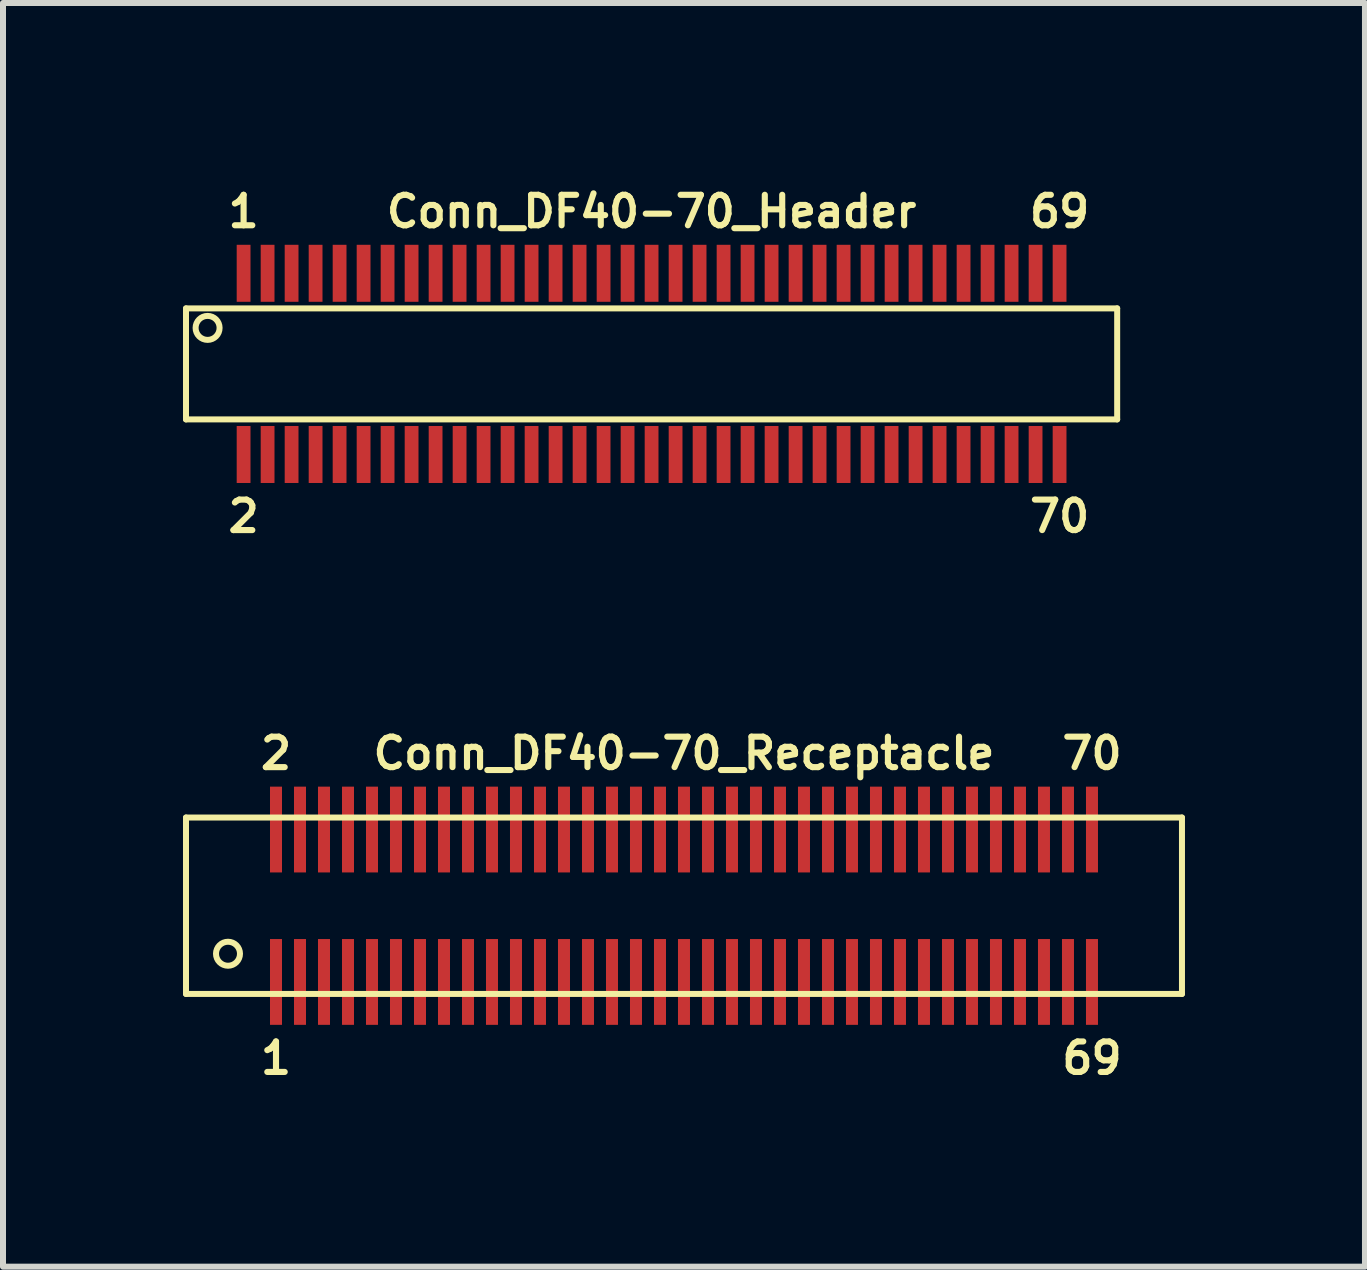
<source format=kicad_pcb>
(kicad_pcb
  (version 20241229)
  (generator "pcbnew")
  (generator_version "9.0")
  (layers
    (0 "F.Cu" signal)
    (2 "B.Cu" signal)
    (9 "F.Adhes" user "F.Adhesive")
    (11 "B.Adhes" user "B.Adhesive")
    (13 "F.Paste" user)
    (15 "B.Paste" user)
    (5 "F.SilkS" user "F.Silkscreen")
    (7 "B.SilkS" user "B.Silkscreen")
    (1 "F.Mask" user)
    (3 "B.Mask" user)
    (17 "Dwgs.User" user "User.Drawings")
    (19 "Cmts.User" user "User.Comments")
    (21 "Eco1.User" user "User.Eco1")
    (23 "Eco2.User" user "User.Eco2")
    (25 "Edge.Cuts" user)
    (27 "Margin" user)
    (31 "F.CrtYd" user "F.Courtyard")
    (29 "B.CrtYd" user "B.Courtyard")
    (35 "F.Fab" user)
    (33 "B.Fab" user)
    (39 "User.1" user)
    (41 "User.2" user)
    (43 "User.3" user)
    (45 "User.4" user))
  (footprint "Conn_DF40-70_Receptacle"
    (layer "F.Cu")
    (at 8.35 12.046)
    (property "Reference" "Conn_DF40-70_Receptacle" (at 0 -2.54 0) (layer "F.SilkS") (effects (font (size 0.508 0.508) (thickness 0.102))))
    (attr through_hole)
    (fp_line (start -8.3 -1.47) (end -8.3 1.47) (stroke (width 0.1) (type solid)) (layer "F.SilkS"))
    (fp_line (start -8.3 -1.47) (end 8.3 -1.47) (stroke (width 0.1) (type solid)) (layer "F.SilkS"))
    (fp_line (start -8.3 1.47) (end 8.3 1.47) (stroke (width 0.1) (type solid)) (layer "F.SilkS"))
    (fp_line (start 8.3 -1.47) (end 8.3 1.47) (stroke (width 0.1) (type solid)) (layer "F.SilkS"))
    (fp_circle (center -7.6 0.8) (end -7.8 0.8) (stroke (width 0.1) (type solid)) (fill no) (layer "F.SilkS"))
    (fp_text user "69" (at 6.8 2.54 0) (layer "F.SilkS") (effects (font (size 0.508 0.508) (thickness 0.102))))
    (fp_text user "2" (at -6.8 -2.54 0) (layer "F.SilkS") (effects (font (size 0.508 0.508) (thickness 0.102))))
    (fp_text user "1" (at -6.8 2.54 0) (layer "F.SilkS") (effects (font (size 0.508 0.508) (thickness 0.102))))
    (fp_text user "70" (at 6.8 -2.54 0) (layer "F.SilkS") (effects (font (size 0.508 0.508) (thickness 0.102))))
    (pad "1" smd rect (at -6.8 1.27) (size 0.2 1.43) (layers "F.Cu" "F.Mask" "F.Paste"))
    (pad "2" smd rect (at -6.8 -1.27) (size 0.2 1.43) (layers "F.Cu" "F.Mask" "F.Paste"))
    (pad "3" smd rect (at -6.4 1.27) (size 0.2 1.43) (layers "F.Cu" "F.Mask" "F.Paste"))
    (pad "4" smd rect (at -6.4 -1.27) (size 0.2 1.43) (layers "F.Cu" "F.Mask" "F.Paste"))
    (pad "5" smd rect (at -6 1.27) (size 0.2 1.43) (layers "F.Cu" "F.Mask" "F.Paste"))
    (pad "6" smd rect (at -6 -1.27) (size 0.2 1.43) (layers "F.Cu" "F.Mask" "F.Paste"))
    (pad "7" smd rect (at -5.6 1.27) (size 0.2 1.43) (layers "F.Cu" "F.Mask" "F.Paste"))
    (pad "8" smd rect (at -5.6 -1.27) (size 0.2 1.43) (layers "F.Cu" "F.Mask" "F.Paste"))
    (pad "9" smd rect (at -5.2 1.27) (size 0.2 1.43) (layers "F.Cu" "F.Mask" "F.Paste"))
    (pad "10" smd rect (at -5.2 -1.27) (size 0.2 1.43) (layers "F.Cu" "F.Mask" "F.Paste"))
    (pad "11" smd rect (at -4.8 1.27) (size 0.2 1.43) (layers "F.Cu" "F.Mask" "F.Paste"))
    (pad "12" smd rect (at -4.8 -1.27) (size 0.2 1.43) (layers "F.Cu" "F.Mask" "F.Paste"))
    (pad "13" smd rect (at -4.4 1.27) (size 0.2 1.43) (layers "F.Cu" "F.Mask" "F.Paste"))
    (pad "14" smd rect (at -4.4 -1.27) (size 0.2 1.43) (layers "F.Cu" "F.Mask" "F.Paste"))
    (pad "15" smd rect (at -4 1.27) (size 0.2 1.43) (layers "F.Cu" "F.Mask" "F.Paste"))
    (pad "16" smd rect (at -4 -1.27) (size 0.2 1.43) (layers "F.Cu" "F.Mask" "F.Paste"))
    (pad "17" smd rect (at -3.6 1.27) (size 0.2 1.43) (layers "F.Cu" "F.Mask" "F.Paste"))
    (pad "18" smd rect (at -3.6 -1.27) (size 0.2 1.43) (layers "F.Cu" "F.Mask" "F.Paste"))
    (pad "19" smd rect (at -3.2 1.27) (size 0.2 1.43) (layers "F.Cu" "F.Mask" "F.Paste"))
    (pad "20" smd rect (at -3.2 -1.27) (size 0.2 1.43) (layers "F.Cu" "F.Mask" "F.Paste"))
    (pad "21" smd rect (at -2.8 1.27) (size 0.2 1.43) (layers "F.Cu" "F.Mask" "F.Paste"))
    (pad "22" smd rect (at -2.8 -1.27) (size 0.2 1.43) (layers "F.Cu" "F.Mask" "F.Paste"))
    (pad "23" smd rect (at -2.4 1.27) (size 0.2 1.43) (layers "F.Cu" "F.Mask" "F.Paste"))
    (pad "24" smd rect (at -2.4 -1.27) (size 0.2 1.43) (layers "F.Cu" "F.Mask" "F.Paste"))
    (pad "25" smd rect (at -2 1.27) (size 0.2 1.43) (layers "F.Cu" "F.Mask" "F.Paste"))
    (pad "26" smd rect (at -2 -1.27) (size 0.2 1.43) (layers "F.Cu" "F.Mask" "F.Paste"))
    (pad "27" smd rect (at -1.6 1.27) (size 0.2 1.43) (layers "F.Cu" "F.Mask" "F.Paste"))
    (pad "28" smd rect (at -1.6 -1.27) (size 0.2 1.43) (layers "F.Cu" "F.Mask" "F.Paste"))
    (pad "29" smd rect (at -1.2 1.27) (size 0.2 1.43) (layers "F.Cu" "F.Mask" "F.Paste"))
    (pad "30" smd rect (at -1.2 -1.27) (size 0.2 1.43) (layers "F.Cu" "F.Mask" "F.Paste"))
    (pad "31" smd rect (at -0.8 1.27) (size 0.2 1.43) (layers "F.Cu" "F.Mask" "F.Paste"))
    (pad "32" smd rect (at -0.8 -1.27) (size 0.2 1.43) (layers "F.Cu" "F.Mask" "F.Paste"))
    (pad "33" smd rect (at -0.4 1.27) (size 0.2 1.43) (layers "F.Cu" "F.Mask" "F.Paste"))
    (pad "34" smd rect (at -0.4 -1.27) (size 0.2 1.43) (layers "F.Cu" "F.Mask" "F.Paste"))
    (pad "35" smd rect (at 0 1.27) (size 0.2 1.43) (layers "F.Cu" "F.Mask" "F.Paste"))
    (pad "36" smd rect (at 0 -1.27) (size 0.2 1.43) (layers "F.Cu" "F.Mask" "F.Paste"))
    (pad "37" smd rect (at 0.4 1.27) (size 0.2 1.43) (layers "F.Cu" "F.Mask" "F.Paste"))
    (pad "38" smd rect (at 0.4 -1.27) (size 0.2 1.43) (layers "F.Cu" "F.Mask" "F.Paste"))
    (pad "39" smd rect (at 0.8 1.27) (size 0.2 1.43) (layers "F.Cu" "F.Mask" "F.Paste"))
    (pad "40" smd rect (at 0.8 -1.27) (size 0.2 1.43) (layers "F.Cu" "F.Mask" "F.Paste"))
    (pad "41" smd rect (at 1.2 1.27) (size 0.2 1.43) (layers "F.Cu" "F.Mask" "F.Paste"))
    (pad "42" smd rect (at 1.2 -1.27) (size 0.2 1.43) (layers "F.Cu" "F.Mask" "F.Paste"))
    (pad "43" smd rect (at 1.6 1.27) (size 0.2 1.43) (layers "F.Cu" "F.Mask" "F.Paste"))
    (pad "44" smd rect (at 1.6 -1.27) (size 0.2 1.43) (layers "F.Cu" "F.Mask" "F.Paste"))
    (pad "45" smd rect (at 2 1.27) (size 0.2 1.43) (layers "F.Cu" "F.Mask" "F.Paste"))
    (pad "46" smd rect (at 2 -1.27) (size 0.2 1.43) (layers "F.Cu" "F.Mask" "F.Paste"))
    (pad "47" smd rect (at 2.4 1.27) (size 0.2 1.43) (layers "F.Cu" "F.Mask" "F.Paste"))
    (pad "48" smd rect (at 2.4 -1.27) (size 0.2 1.43) (layers "F.Cu" "F.Mask" "F.Paste"))
    (pad "49" smd rect (at 2.8 1.27) (size 0.2 1.43) (layers "F.Cu" "F.Mask" "F.Paste"))
    (pad "50" smd rect (at 2.8 -1.27) (size 0.2 1.43) (layers "F.Cu" "F.Mask" "F.Paste"))
    (pad "51" smd rect (at 3.2 1.27) (size 0.2 1.43) (layers "F.Cu" "F.Mask" "F.Paste"))
    (pad "52" smd rect (at 3.2 -1.27) (size 0.2 1.43) (layers "F.Cu" "F.Mask" "F.Paste"))
    (pad "53" smd rect (at 3.6 1.27) (size 0.2 1.43) (layers "F.Cu" "F.Mask" "F.Paste"))
    (pad "54" smd rect (at 3.6 -1.27) (size 0.2 1.43) (layers "F.Cu" "F.Mask" "F.Paste"))
    (pad "55" smd rect (at 4 1.27) (size 0.2 1.43) (layers "F.Cu" "F.Mask" "F.Paste"))
    (pad "56" smd rect (at 4 -1.27) (size 0.2 1.43) (layers "F.Cu" "F.Mask" "F.Paste"))
    (pad "57" smd rect (at 4.4 1.27) (size 0.2 1.43) (layers "F.Cu" "F.Mask" "F.Paste"))
    (pad "58" smd rect (at 4.4 -1.27) (size 0.2 1.43) (layers "F.Cu" "F.Mask" "F.Paste"))
    (pad "59" smd rect (at 4.8 1.27) (size 0.2 1.43) (layers "F.Cu" "F.Mask" "F.Paste"))
    (pad "60" smd rect (at 4.8 -1.27) (size 0.2 1.43) (layers "F.Cu" "F.Mask" "F.Paste"))
    (pad "61" smd rect (at 5.2 1.27) (size 0.2 1.43) (layers "F.Cu" "F.Mask" "F.Paste"))
    (pad "62" smd rect (at 5.2 -1.27) (size 0.2 1.43) (layers "F.Cu" "F.Mask" "F.Paste"))
    (pad "63" smd rect (at 5.6 1.27) (size 0.2 1.43) (layers "F.Cu" "F.Mask" "F.Paste"))
    (pad "64" smd rect (at 5.6 -1.27) (size 0.2 1.43) (layers "F.Cu" "F.Mask" "F.Paste"))
    (pad "65" smd rect (at 6 1.27) (size 0.2 1.43) (layers "F.Cu" "F.Mask" "F.Paste"))
    (pad "66" smd rect (at 6 -1.27) (size 0.2 1.43) (layers "F.Cu" "F.Mask" "F.Paste"))
    (pad "67" smd rect (at 6.4 1.27) (size 0.2 1.43) (layers "F.Cu" "F.Mask" "F.Paste"))
    (pad "68" smd rect (at 6.4 -1.27) (size 0.2 1.43) (layers "F.Cu" "F.Mask" "F.Paste"))
    (pad "69" smd rect (at 6.8 1.27) (size 0.2 1.43) (layers "F.Cu" "F.Mask" "F.Paste"))
    (pad "70" smd rect (at 6.8 -1.27) (size 0.2 1.43) (layers "F.Cu" "F.Mask" "F.Paste")))
  (footprint "Conn_DF40-70_Header"
    (layer "F.Cu")
    (at 7.81 3.015)
    (property "Reference" "Conn_DF40-70_Header" (at 0 -2.54 0) (layer "F.SilkS") (effects (font (size 0.508 0.508) (thickness 0.102))))
    (attr through_hole)
    (fp_line (start -7.76 -0.925) (end -7.76 0.925) (stroke (width 0.1) (type solid)) (layer "F.SilkS"))
    (fp_line (start -7.76 -0.925) (end 7.76 -0.925) (stroke (width 0.1) (type solid)) (layer "F.SilkS"))
    (fp_line (start -7.76 0.925) (end 7.76 0.925) (stroke (width 0.1) (type solid)) (layer "F.SilkS"))
    (fp_line (start 7.76 -0.925) (end 7.76 0.925) (stroke (width 0.1) (type solid)) (layer "F.SilkS"))
    (fp_circle (center -7.4 -0.6) (end -7.6 -0.6) (stroke (width 0.1) (type solid)) (fill no) (layer "F.SilkS"))
    (fp_text user "1" (at -6.8 -2.54 0) (layer "F.SilkS") (effects (font (size 0.508 0.508) (thickness 0.102))))
    (fp_text user "2" (at -6.8 2.54 0) (layer "F.SilkS") (effects (font (size 0.508 0.508) (thickness 0.102))))
    (fp_text user "70" (at 6.8 2.54 0) (layer "F.SilkS") (effects (font (size 0.508 0.508) (thickness 0.102))))
    (fp_text user "69" (at 6.8 -2.54 0) (layer "F.SilkS") (effects (font (size 0.508 0.508) (thickness 0.102))))
    (pad "1" smd rect (at -6.8 -1.51) (size 0.23 0.95) (layers "F.Cu" "F.Mask" "F.Paste"))
    (pad "2" smd rect (at -6.8 1.51) (size 0.23 0.95) (layers "F.Cu" "F.Mask" "F.Paste"))
    (pad "3" smd rect (at -6.4 -1.51) (size 0.23 0.95) (layers "F.Cu" "F.Mask" "F.Paste"))
    (pad "4" smd rect (at -6.4 1.51) (size 0.23 0.95) (layers "F.Cu" "F.Mask" "F.Paste"))
    (pad "5" smd rect (at -6 -1.51) (size 0.23 0.95) (layers "F.Cu" "F.Mask" "F.Paste"))
    (pad "6" smd rect (at -6 1.51) (size 0.23 0.95) (layers "F.Cu" "F.Mask" "F.Paste"))
    (pad "7" smd rect (at -5.6 -1.51) (size 0.23 0.95) (layers "F.Cu" "F.Mask" "F.Paste"))
    (pad "8" smd rect (at -5.6 1.51) (size 0.23 0.95) (layers "F.Cu" "F.Mask" "F.Paste"))
    (pad "9" smd rect (at -5.2 -1.51) (size 0.23 0.95) (layers "F.Cu" "F.Mask" "F.Paste"))
    (pad "10" smd rect (at -5.2 1.51) (size 0.23 0.95) (layers "F.Cu" "F.Mask" "F.Paste"))
    (pad "11" smd rect (at -4.8 -1.51) (size 0.23 0.95) (layers "F.Cu" "F.Mask" "F.Paste"))
    (pad "12" smd rect (at -4.8 1.51) (size 0.23 0.95) (layers "F.Cu" "F.Mask" "F.Paste"))
    (pad "13" smd rect (at -4.4 -1.51) (size 0.23 0.95) (layers "F.Cu" "F.Mask" "F.Paste"))
    (pad "14" smd rect (at -4.4 1.51) (size 0.23 0.95) (layers "F.Cu" "F.Mask" "F.Paste"))
    (pad "15" smd rect (at -4 -1.51) (size 0.23 0.95) (layers "F.Cu" "F.Mask" "F.Paste"))
    (pad "16" smd rect (at -4 1.51) (size 0.23 0.95) (layers "F.Cu" "F.Mask" "F.Paste"))
    (pad "17" smd rect (at -3.6 -1.51) (size 0.23 0.95) (layers "F.Cu" "F.Mask" "F.Paste"))
    (pad "18" smd rect (at -3.6 1.51) (size 0.23 0.95) (layers "F.Cu" "F.Mask" "F.Paste"))
    (pad "19" smd rect (at -3.2 -1.51) (size 0.23 0.95) (layers "F.Cu" "F.Mask" "F.Paste"))
    (pad "20" smd rect (at -3.2 1.51) (size 0.23 0.95) (layers "F.Cu" "F.Mask" "F.Paste"))
    (pad "21" smd rect (at -2.8 -1.51) (size 0.23 0.95) (layers "F.Cu" "F.Mask" "F.Paste"))
    (pad "22" smd rect (at -2.8 1.51) (size 0.23 0.95) (layers "F.Cu" "F.Mask" "F.Paste"))
    (pad "23" smd rect (at -2.4 -1.51) (size 0.23 0.95) (layers "F.Cu" "F.Mask" "F.Paste"))
    (pad "24" smd rect (at -2.4 1.51) (size 0.23 0.95) (layers "F.Cu" "F.Mask" "F.Paste"))
    (pad "25" smd rect (at -2 -1.51) (size 0.23 0.95) (layers "F.Cu" "F.Mask" "F.Paste"))
    (pad "26" smd rect (at -2 1.51) (size 0.23 0.95) (layers "F.Cu" "F.Mask" "F.Paste"))
    (pad "27" smd rect (at -1.6 -1.51) (size 0.23 0.95) (layers "F.Cu" "F.Mask" "F.Paste"))
    (pad "28" smd rect (at -1.6 1.51) (size 0.23 0.95) (layers "F.Cu" "F.Mask" "F.Paste"))
    (pad "29" smd rect (at -1.2 -1.51) (size 0.23 0.95) (layers "F.Cu" "F.Mask" "F.Paste"))
    (pad "30" smd rect (at -1.2 1.51) (size 0.23 0.95) (layers "F.Cu" "F.Mask" "F.Paste"))
    (pad "31" smd rect (at -0.8 -1.51) (size 0.23 0.95) (layers "F.Cu" "F.Mask" "F.Paste"))
    (pad "32" smd rect (at -0.8 1.51) (size 0.23 0.95) (layers "F.Cu" "F.Mask" "F.Paste"))
    (pad "33" smd rect (at -0.4 -1.51) (size 0.23 0.95) (layers "F.Cu" "F.Mask" "F.Paste"))
    (pad "34" smd rect (at -0.4 1.51) (size 0.23 0.95) (layers "F.Cu" "F.Mask" "F.Paste"))
    (pad "35" smd rect (at 0 -1.51) (size 0.23 0.95) (layers "F.Cu" "F.Mask" "F.Paste"))
    (pad "36" smd rect (at 0 1.51) (size 0.23 0.95) (layers "F.Cu" "F.Mask" "F.Paste"))
    (pad "37" smd rect (at 0.4 -1.51) (size 0.23 0.95) (layers "F.Cu" "F.Mask" "F.Paste"))
    (pad "38" smd rect (at 0.4 1.51) (size 0.23 0.95) (layers "F.Cu" "F.Mask" "F.Paste"))
    (pad "39" smd rect (at 0.8 -1.51) (size 0.23 0.95) (layers "F.Cu" "F.Mask" "F.Paste"))
    (pad "40" smd rect (at 0.8 1.51) (size 0.23 0.95) (layers "F.Cu" "F.Mask" "F.Paste"))
    (pad "41" smd rect (at 1.2 -1.51) (size 0.23 0.95) (layers "F.Cu" "F.Mask" "F.Paste"))
    (pad "42" smd rect (at 1.2 1.51) (size 0.23 0.95) (layers "F.Cu" "F.Mask" "F.Paste"))
    (pad "43" smd rect (at 1.6 -1.51) (size 0.23 0.95) (layers "F.Cu" "F.Mask" "F.Paste"))
    (pad "44" smd rect (at 1.6 1.51) (size 0.23 0.95) (layers "F.Cu" "F.Mask" "F.Paste"))
    (pad "45" smd rect (at 2 -1.51) (size 0.23 0.95) (layers "F.Cu" "F.Mask" "F.Paste"))
    (pad "46" smd rect (at 2 1.51) (size 0.23 0.95) (layers "F.Cu" "F.Mask" "F.Paste"))
    (pad "47" smd rect (at 2.4 -1.51) (size 0.23 0.95) (layers "F.Cu" "F.Mask" "F.Paste"))
    (pad "48" smd rect (at 2.4 1.51) (size 0.23 0.95) (layers "F.Cu" "F.Mask" "F.Paste"))
    (pad "49" smd rect (at 2.8 -1.51) (size 0.23 0.95) (layers "F.Cu" "F.Mask" "F.Paste"))
    (pad "50" smd rect (at 2.8 1.51) (size 0.23 0.95) (layers "F.Cu" "F.Mask" "F.Paste"))
    (pad "51" smd rect (at 3.2 -1.51) (size 0.23 0.95) (layers "F.Cu" "F.Mask" "F.Paste"))
    (pad "52" smd rect (at 3.2 1.51) (size 0.23 0.95) (layers "F.Cu" "F.Mask" "F.Paste"))
    (pad "53" smd rect (at 3.6 -1.51) (size 0.23 0.95) (layers "F.Cu" "F.Mask" "F.Paste"))
    (pad "54" smd rect (at 3.6 1.51) (size 0.23 0.95) (layers "F.Cu" "F.Mask" "F.Paste"))
    (pad "55" smd rect (at 4 -1.51) (size 0.23 0.95) (layers "F.Cu" "F.Mask" "F.Paste"))
    (pad "56" smd rect (at 4 1.51) (size 0.23 0.95) (layers "F.Cu" "F.Mask" "F.Paste"))
    (pad "57" smd rect (at 4.4 -1.51) (size 0.23 0.95) (layers "F.Cu" "F.Mask" "F.Paste"))
    (pad "58" smd rect (at 4.4 1.51) (size 0.23 0.95) (layers "F.Cu" "F.Mask" "F.Paste"))
    (pad "59" smd rect (at 4.8 -1.51) (size 0.23 0.95) (layers "F.Cu" "F.Mask" "F.Paste"))
    (pad "60" smd rect (at 4.8 1.51) (size 0.23 0.95) (layers "F.Cu" "F.Mask" "F.Paste"))
    (pad "61" smd rect (at 5.2 -1.51) (size 0.23 0.95) (layers "F.Cu" "F.Mask" "F.Paste"))
    (pad "62" smd rect (at 5.2 1.51) (size 0.23 0.95) (layers "F.Cu" "F.Mask" "F.Paste"))
    (pad "63" smd rect (at 5.6 -1.51) (size 0.23 0.95) (layers "F.Cu" "F.Mask" "F.Paste"))
    (pad "64" smd rect (at 5.6 1.51) (size 0.23 0.95) (layers "F.Cu" "F.Mask" "F.Paste"))
    (pad "65" smd rect (at 6 -1.51) (size 0.23 0.95) (layers "F.Cu" "F.Mask" "F.Paste"))
    (pad "66" smd rect (at 6 1.51) (size 0.23 0.95) (layers "F.Cu" "F.Mask" "F.Paste"))
    (pad "67" smd rect (at 6.4 -1.51) (size 0.23 0.95) (layers "F.Cu" "F.Mask" "F.Paste"))
    (pad "68" smd rect (at 6.4 1.51) (size 0.23 0.95) (layers "F.Cu" "F.Mask" "F.Paste"))
    (pad "69" smd rect (at 6.8 -1.51) (size 0.23 0.95) (layers "F.Cu" "F.Mask" "F.Paste"))
    (pad "70" smd rect (at 6.8 1.51) (size 0.23 0.95) (layers "F.Cu" "F.Mask" "F.Paste")))
  (gr_rect
    (start -3 -3)
    (end 19.7 18.062)
    (stroke (width 0.1) (type default))
    (fill no)
    (layer "Edge.Cuts")))
</source>
